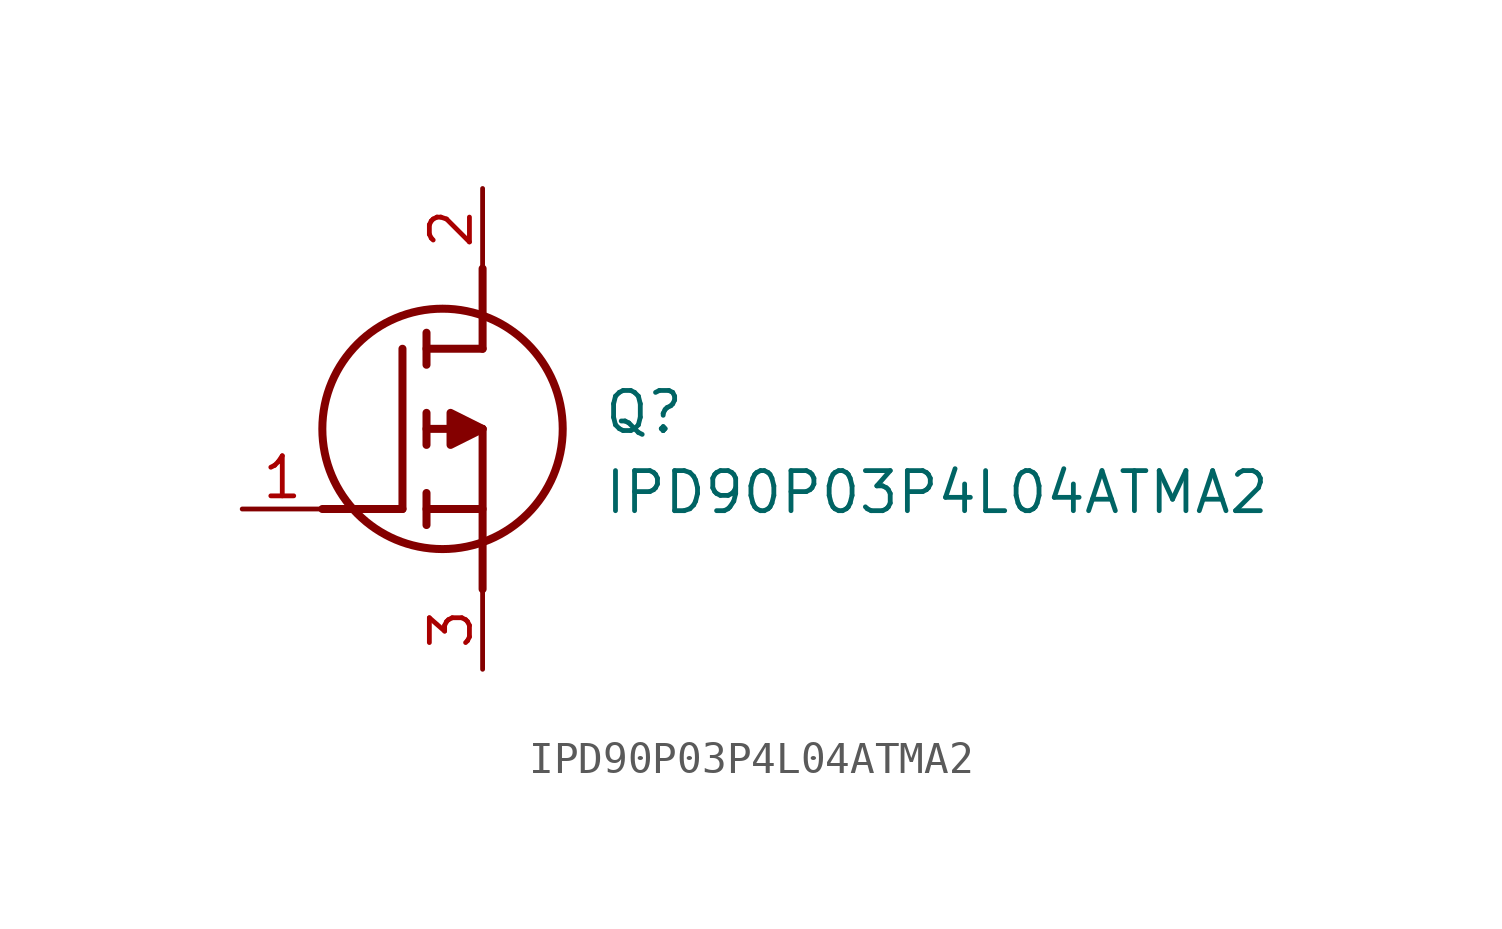
<source format=kicad_sym>
(kicad_symbol_lib
  (version 20211014)
  (generator SamacSys_ECAD_Model)
  (symbol "IPD90P03P4L04ATMA2"
    (pin_names hide)
    (property "Reference" "Q"
      (at 11.43 3.81 0)
      (effects (font (size 1.27 1.27)) (justify left top)))
    (property "Value" "IPD90P03P4L04ATMA2"
      (at 11.43 1.27 0)
      (effects (font (size 1.27 1.27)) (justify left top)))
    (polyline
      (pts (xy 7.62 2.54) (xy 7.62 -2.54))
      (stroke (width 0.254) (type default))
      (fill (type none)))
    (polyline
      (pts (xy 7.62 5.08) (xy 7.62 7.62))
      (stroke (width 0.254) (type default))
      (fill (type none)))
    (polyline
      (pts (xy 2.54 0) (xy 5.08 0))
      (stroke (width 0.254) (type default))
      (fill (type none)))
    (polyline
      (pts (xy 5.08 5.08) (xy 5.08 0))
      (stroke (width 0.254) (type default))
      (fill (type none)))
    (polyline
      (pts (xy 7.62 2.54) (xy 5.842 2.54))
      (stroke (width 0.254) (type default))
      (fill (type none)))
    (polyline
      (pts (xy 7.62 5.08) (xy 5.842 5.08))
      (stroke (width 0.254) (type default))
      (fill (type none)))
    (polyline
      (pts (xy 5.842 0) (xy 7.62 0))
      (stroke (width 0.254) (type default))
      (fill (type none)))
    (polyline
      (pts (xy 5.842 5.588) (xy 5.842 4.572))
      (stroke (width 0.254) (type default))
      (fill (type none)))
    (polyline
      (pts (xy 5.842 -0.508) (xy 5.842 0.508))
      (stroke (width 0.254) (type default))
      (fill (type none)))
    (polyline
      (pts (xy 5.842 2.032) (xy 5.842 3.048))
      (stroke (width 0.254) (type default))
      (fill (type none)))
    (circle
      (center 6.35 2.54)
      (radius 3.81)
      (stroke (width 0.254) (type default))
      (fill (type none)))
    (polyline
      (pts (xy 7.62 2.54) (xy 6.604 3.048) (xy 6.604 2.032) (xy 7.62 2.54))
      (stroke (width 0.254) (type default))
      (fill (type outline)))
    (pin passive line
      (at 0 0 0)
      (length 2.54)
      (name "G" (effects (font (size 1.27 1.27))))
      (number "1" (effects (font (size 1.27 1.27)))))
    (pin passive line
      (at 7.62 10.16 270)
      (length 2.54)
      (name "D" (effects (font (size 1.27 1.27))))
      (number "2" (effects (font (size 1.27 1.27)))))
    (pin passive line
      (at 7.62 -5.08 90)
      (length 2.54)
      (name "S" (effects (font (size 1.27 1.27))))
      (number "3" (effects (font (size 1.27 1.27)))))))
</source>
